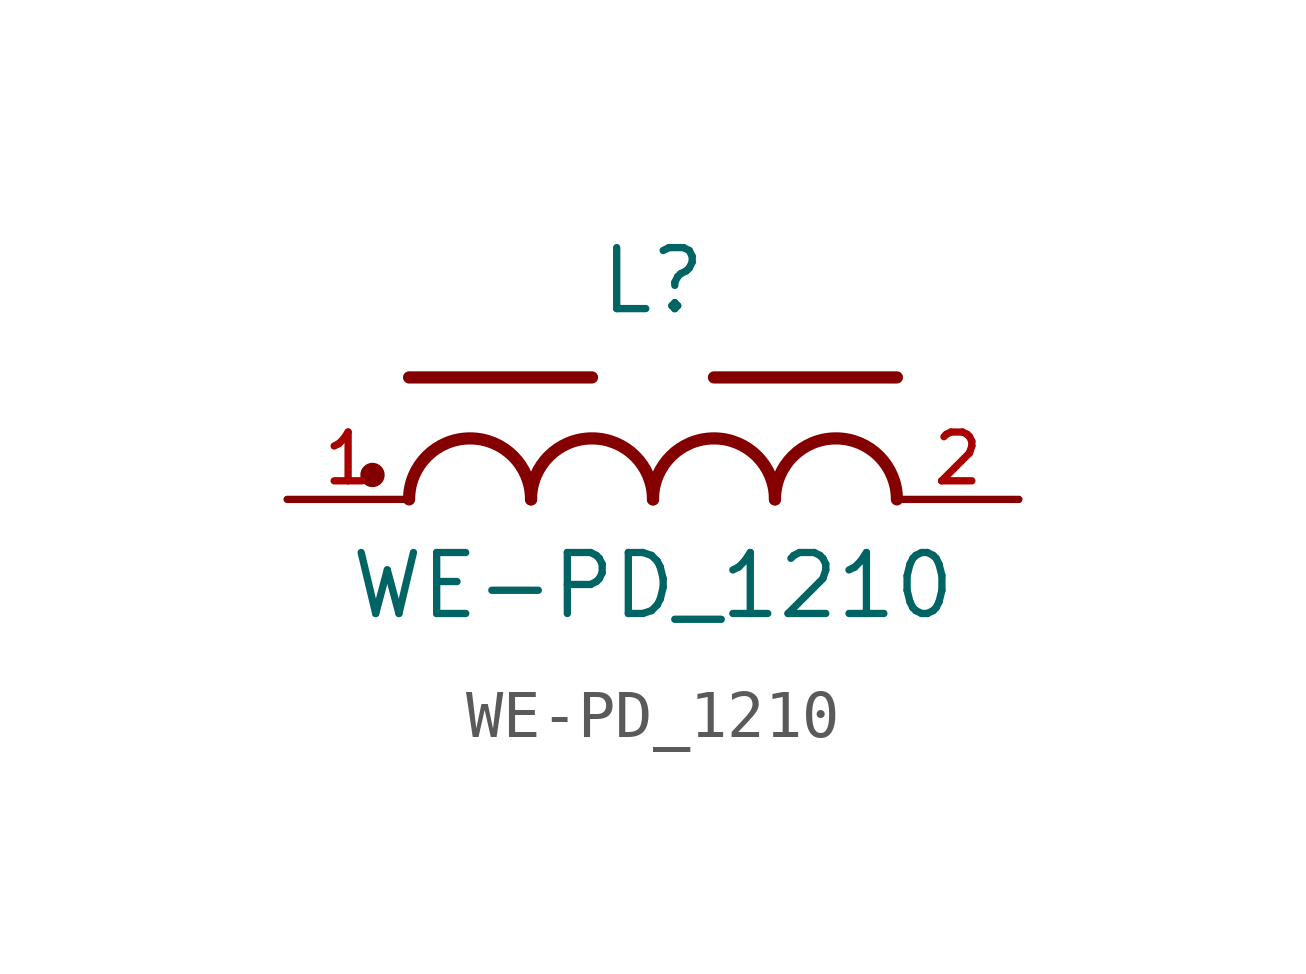
<source format=kicad_sym>
(kicad_symbol_lib
  (version 20211014)
  (generator kicad_symbol_editor)
  (symbol "WE-PD_1210"
    (pin_names
      (offset 1.016))
    (property "Reference" "L"
      (at 0.0 3.81 0)
      (effects (font (size 1.27 1.27)) (justify bottom)))
    (property "Value" "WE-PD_1210"
      (at 0.0 -2.54 0)
      (effects (font (size 1.27 1.27)) (justify bottom)))
    (symbol "WE-PD_1210_0_0"
      (arc (start -2.54 0.0) (mid -3.81 1.27) (end -5.08 0.0) (stroke (width 0.254) (type default) (color 0 0 0 0)) (fill (type none)))
      (arc (start 0.0 0.0) (mid -1.27 1.27) (end -2.54 0.0) (stroke (width 0.254) (type default) (color 0 0 0 0)) (fill (type none)))
      (arc (start 2.54 0.0) (mid 1.27 1.27) (end 0.0 0.0) (stroke (width 0.254) (type default) (color 0 0 0 0)) (fill (type none)))
      (arc (start 5.08 0.0) (mid 3.81 1.27) (end 2.54 0.0) (stroke (width 0.254) (type default) (color 0 0 0 0)) (fill (type none)))
      (polyline (pts (xy -1.27 2.54) (xy -5.08 2.54)) (stroke (width 0.254)))
      (polyline (pts (xy 5.08 2.54) (xy 1.27 2.54)) (stroke (width 0.254)))
      (circle (center -5.842 0.508) (radius 0.127) (stroke (width 0.254)) (fill (type none)))
      (pin passive line (at -7.62 0.0 0) (length 2.54) (name "~" (effects (font (size 1.016 1.016)))) (number "1" (effects (font (size 1.016 1.016)))))
      (pin passive line (at 7.62 0.0 180.0) (length 2.54) (name "~" (effects (font (size 1.016 1.016)))) (number "2" (effects (font (size 1.016 1.016))))))))
</source>
